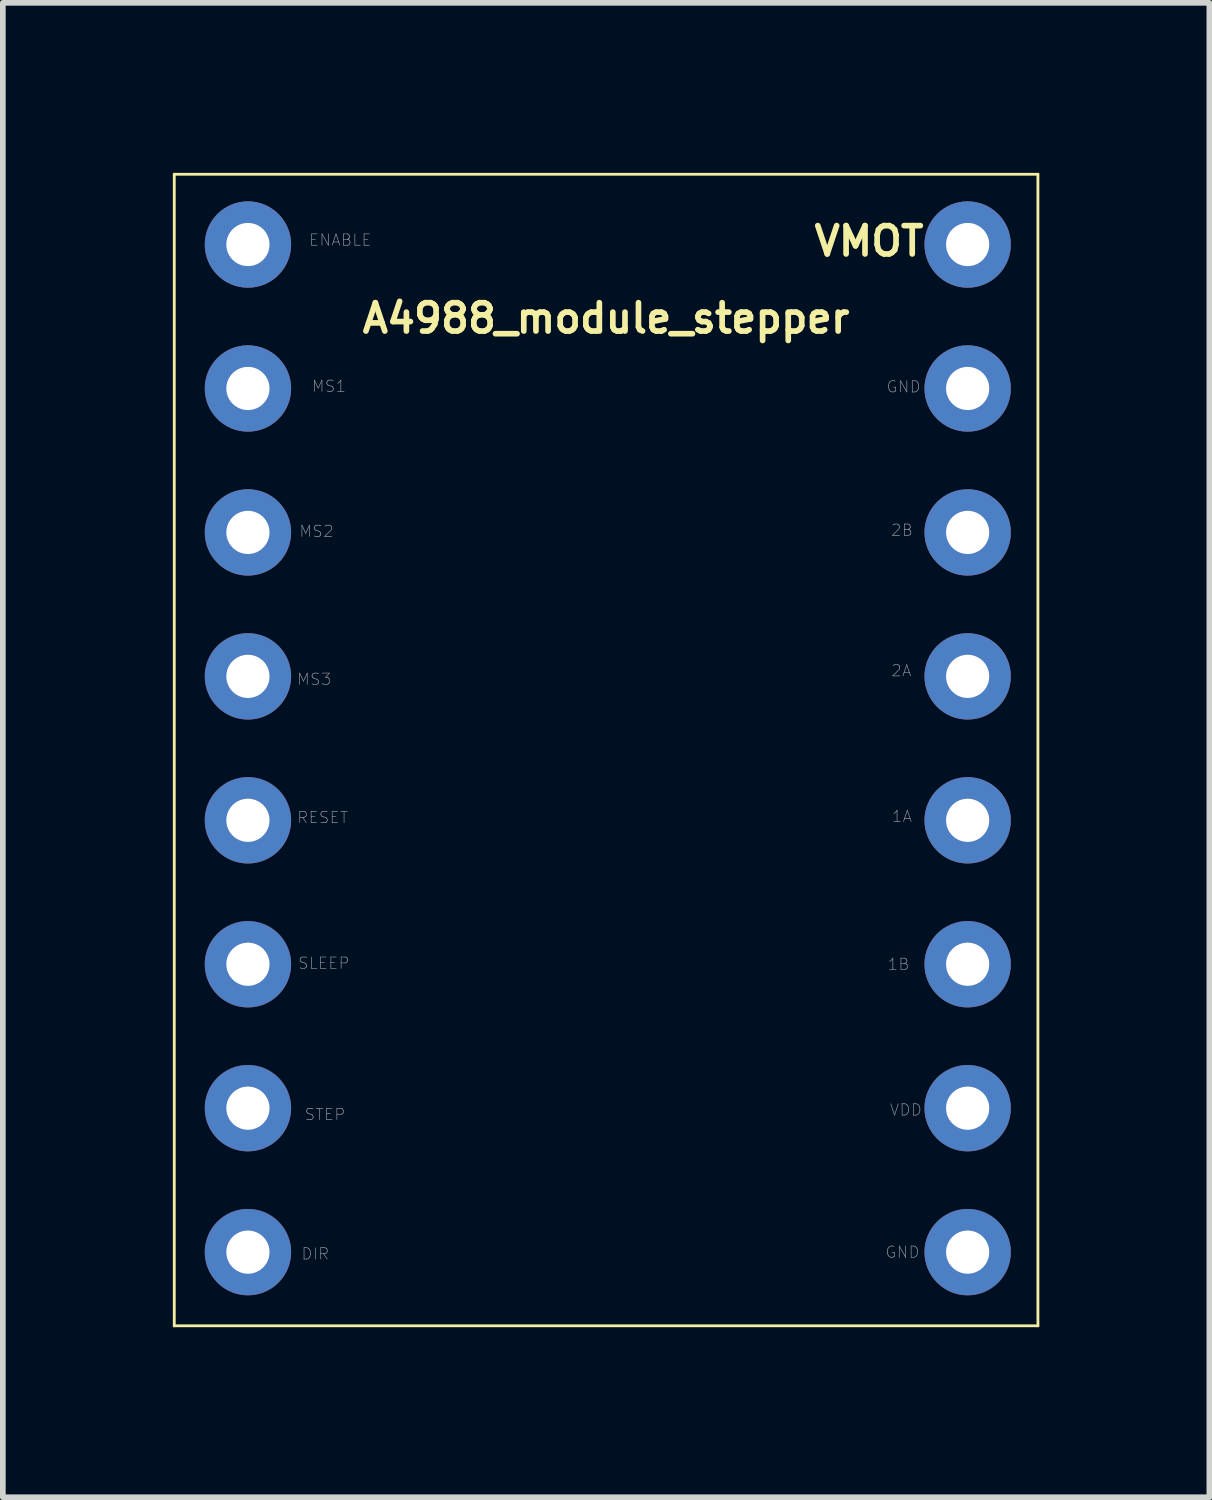
<source format=kicad_pcb>
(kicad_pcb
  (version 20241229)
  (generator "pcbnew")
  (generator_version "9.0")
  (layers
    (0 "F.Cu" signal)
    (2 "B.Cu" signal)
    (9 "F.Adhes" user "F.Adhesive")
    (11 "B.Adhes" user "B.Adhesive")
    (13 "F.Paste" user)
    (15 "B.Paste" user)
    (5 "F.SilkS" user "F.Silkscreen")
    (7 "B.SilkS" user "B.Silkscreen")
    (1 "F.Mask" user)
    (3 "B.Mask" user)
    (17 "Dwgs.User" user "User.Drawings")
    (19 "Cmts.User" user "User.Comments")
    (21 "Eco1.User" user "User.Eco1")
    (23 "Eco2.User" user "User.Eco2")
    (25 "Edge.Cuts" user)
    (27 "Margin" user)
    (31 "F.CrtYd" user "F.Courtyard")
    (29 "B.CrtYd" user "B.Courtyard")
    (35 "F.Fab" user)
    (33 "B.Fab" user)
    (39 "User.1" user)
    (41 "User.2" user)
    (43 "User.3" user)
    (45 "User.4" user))
  (footprint "A4988_module_stepper"
    (layer "F.Cu")
    (at 7.645 10.185)
    (property "Reference" "A4988_module_stepper" (at 0 -7.62 0) (layer "F.SilkS") (effects (font (size 0.5 0.5) (thickness 0.1))))
    (attr through_hole)
    (fp_line (start -7.62 -10.16) (end 7.62 -10.16) (stroke (width 0.05) (type solid)) (layer "F.SilkS"))
    (fp_line (start -7.62 10.16) (end -7.62 -10.16) (stroke (width 0.05) (type solid)) (layer "F.SilkS"))
    (fp_line (start 7.62 -10.16) (end 7.62 10.16) (stroke (width 0.05) (type solid)) (layer "F.SilkS"))
    (fp_line (start 7.62 10.16) (end -7.62 10.16) (stroke (width 0.05) (type solid)) (layer "F.SilkS"))
    (fp_text user "VMOT" (at 4.64 -8.98 0) (layer "F.SilkS") (effects (font (size 0.5 0.5) (thickness 0.1))))
    (fp_text user "2A" (at 5.21 -1.4 0) (layer "F.Fab") (effects (font (size 0.2 0.2) (thickness 0.01))))
    (fp_text user "RESET" (at -5 1.19 0) (layer "F.Fab") (effects (font (size 0.2 0.2) (thickness 0.01))))
    (fp_text user "1B" (at 5.16 3.78 0) (layer "F.Fab") (effects (font (size 0.2 0.2) (thickness 0.01))))
    (fp_text user "VDD" (at 5.29 6.35 0) (layer "F.Fab") (effects (font (size 0.2 0.2) (thickness 0.01))))
    (fp_text user "GND" (at 5.25 -6.41 0) (layer "F.Fab") (effects (font (size 0.2 0.2) (thickness 0.01))))
    (fp_text user "GND" (at 5.23 8.86 0) (layer "F.Fab") (effects (font (size 0.2 0.2) (thickness 0.01))))
    (fp_text user "SLEEP" (at -4.98 3.76 0) (layer "F.Fab") (effects (font (size 0.2 0.2) (thickness 0.01))))
    (fp_text user "ENABLE" (at -4.69 -9 0) (layer "F.Fab") (effects (font (size 0.2 0.2) (thickness 0.01))))
    (fp_text user "DIR" (at -5.13 8.89 0) (layer "F.Fab") (effects (font (size 0.2 0.2) (thickness 0.01))))
    (fp_text user "MS1" (at -4.89 -6.42 0) (layer "F.Fab") (effects (font (size 0.2 0.2) (thickness 0.01))))
    (fp_text user "MS3" (at -5.15 -1.25 0) (layer "F.Fab") (effects (font (size 0.2 0.2) (thickness 0.01))))
    (fp_text user "STEP" (at -4.96 6.43 0) (layer "F.Fab") (effects (font (size 0.2 0.2) (thickness 0.01))))
    (fp_text user "1A" (at 5.22 1.17 0) (layer "F.Fab") (effects (font (size 0.2 0.2) (thickness 0.01))))
    (fp_text user "MS2" (at -5.11 -3.86 0) (layer "F.Fab") (effects (font (size 0.2 0.2) (thickness 0.01))))
    (fp_text user "2B" (at 5.22 -3.88 0) (layer "F.Fab") (effects (font (size 0.2 0.2) (thickness 0.01))))
    (pad "1" thru_hole circle (at 6.38 -8.92) (size 1.524 1.524) (drill 0.762) (layers "*.Cu" "*.Mask"))
    (pad "2" thru_hole circle (at 6.38 -6.38) (size 1.524 1.524) (drill 0.762) (layers "*.Cu" "*.Mask"))
    (pad "3" thru_hole circle (at 6.38 -3.84) (size 1.524 1.524) (drill 0.762) (layers "*.Cu" "*.Mask"))
    (pad "4" thru_hole circle (at 6.38 -1.3) (size 1.524 1.524) (drill 0.762) (layers "*.Cu" "*.Mask"))
    (pad "5" thru_hole circle (at 6.38 1.24) (size 1.524 1.524) (drill 0.762) (layers "*.Cu" "*.Mask"))
    (pad "6" thru_hole circle (at 6.38 3.78) (size 1.524 1.524) (drill 0.762) (layers "*.Cu" "*.Mask"))
    (pad "7" thru_hole circle (at 6.38 6.32) (size 1.524 1.524) (drill 0.762) (layers "*.Cu" "*.Mask"))
    (pad "8" thru_hole circle (at 6.38 8.86) (size 1.524 1.524) (drill 0.762) (layers "*.Cu" "*.Mask"))
    (pad "9" thru_hole circle (at -6.32 -8.92) (size 1.524 1.524) (drill 0.762) (layers "*.Cu" "*.Mask"))
    (pad "10" thru_hole circle (at -6.32 -6.38) (size 1.524 1.524) (drill 0.762) (layers "*.Cu" "*.Mask"))
    (pad "11" thru_hole circle (at -6.32 -3.84) (size 1.524 1.524) (drill 0.762) (layers "*.Cu" "*.Mask"))
    (pad "12" thru_hole circle (at -6.32 -1.3) (size 1.524 1.524) (drill 0.762) (layers "*.Cu" "*.Mask"))
    (pad "13" thru_hole circle (at -6.32 1.24) (size 1.524 1.524) (drill 0.762) (layers "*.Cu" "*.Mask"))
    (pad "14" thru_hole circle (at -6.32 3.78) (size 1.524 1.524) (drill 0.762) (layers "*.Cu" "*.Mask"))
    (pad "15" thru_hole circle (at -6.32 6.32) (size 1.524 1.524) (drill 0.762) (layers "*.Cu" "*.Mask"))
    (pad "16" thru_hole circle (at -6.32 8.86) (size 1.524 1.524) (drill 0.762) (layers "*.Cu" "*.Mask")))
  (gr_rect
    (start -3 -3)
    (end 18.29 23.37)
    (stroke (width 0.1) (type default))
    (fill no)
    (layer "Edge.Cuts")))
</source>
